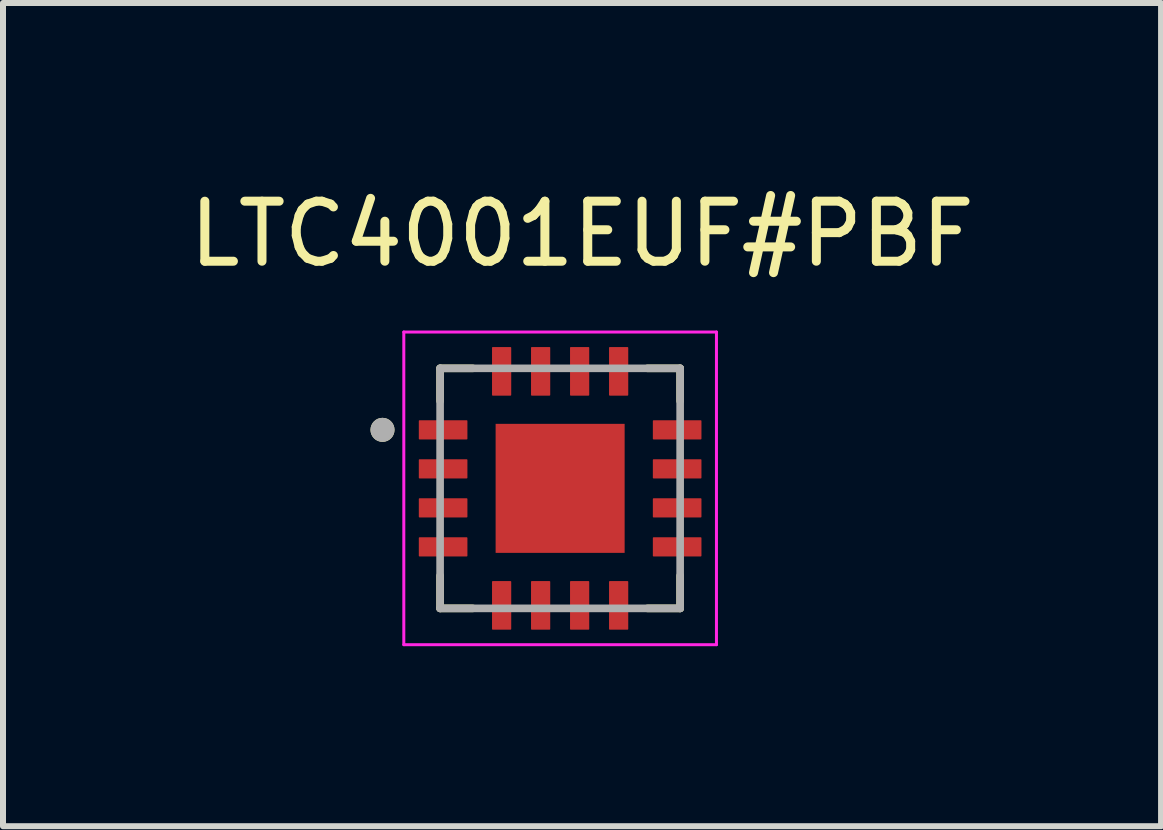
<source format=kicad_pcb>
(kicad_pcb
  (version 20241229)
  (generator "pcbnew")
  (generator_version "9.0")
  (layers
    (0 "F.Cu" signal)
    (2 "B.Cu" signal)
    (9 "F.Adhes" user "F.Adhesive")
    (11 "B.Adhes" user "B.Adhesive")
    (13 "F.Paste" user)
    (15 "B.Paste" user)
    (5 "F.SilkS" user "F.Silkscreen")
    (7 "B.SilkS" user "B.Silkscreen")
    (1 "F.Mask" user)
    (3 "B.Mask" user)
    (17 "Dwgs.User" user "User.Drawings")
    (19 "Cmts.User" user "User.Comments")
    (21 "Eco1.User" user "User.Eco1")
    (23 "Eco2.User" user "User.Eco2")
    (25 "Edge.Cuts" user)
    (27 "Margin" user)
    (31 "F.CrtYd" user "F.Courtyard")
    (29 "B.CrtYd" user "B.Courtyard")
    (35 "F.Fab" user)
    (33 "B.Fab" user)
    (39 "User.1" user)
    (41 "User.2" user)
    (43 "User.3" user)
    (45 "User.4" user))
  (footprint "LTC4001EUF#PBF"
    (layer "F.Cu")
    (at 6.284 5.088)
    (property "Reference" "LTC4001EUF#PBF" (at 0.365 -4.24 0) (layer "F.SilkS") (effects (font (size 1 1) (thickness 0.15))))
    (attr smd)
    (fp_line (start -2 -2) (end -2 -1.455) (stroke (width 0.127) (type solid)) (layer "F.SilkS"))
    (fp_line (start -2 -2) (end -1.455 -2) (stroke (width 0.127) (type solid)) (layer "F.SilkS"))
    (fp_line (start -2 2) (end -2 1.455) (stroke (width 0.127) (type solid)) (layer "F.SilkS"))
    (fp_line (start -2 2) (end -1.455 2) (stroke (width 0.127) (type solid)) (layer "F.SilkS"))
    (fp_line (start 2 -2) (end 1.455 -2) (stroke (width 0.127) (type solid)) (layer "F.SilkS"))
    (fp_line (start 2 -2) (end 2 -1.455) (stroke (width 0.127) (type solid)) (layer "F.SilkS"))
    (fp_line (start 2 2) (end 1.455 2) (stroke (width 0.127) (type solid)) (layer "F.SilkS"))
    (fp_line (start 2 2) (end 2 1.455) (stroke (width 0.127) (type solid)) (layer "F.SilkS"))
    (fp_circle (center -2.96 -0.975) (end -2.86 -0.975) (stroke (width 0.2) (type solid)) (fill no) (layer "F.SilkS"))
    (fp_poly (pts (xy -0.68 -0.68) (xy 0.68 -0.68) (xy 0.68 0.68) (xy -0.68 0.68)) (stroke (width 0.01) (type solid)) (fill yes) (layer "F.Paste"))
    (fp_line (start -2.605 -2.605) (end 2.605 -2.605) (stroke (width 0.05) (type solid)) (layer "F.CrtYd"))
    (fp_line (start -2.605 2.605) (end -2.605 -2.605) (stroke (width 0.05) (type solid)) (layer "F.CrtYd"))
    (fp_line (start -2.605 2.605) (end 2.605 2.605) (stroke (width 0.05) (type solid)) (layer "F.CrtYd"))
    (fp_line (start 2.605 2.605) (end 2.605 -2.605) (stroke (width 0.05) (type solid)) (layer "F.CrtYd"))
    (fp_line (start -2 2) (end -2 -2) (stroke (width 0.127) (type solid)) (layer "F.Fab"))
    (fp_line (start 2 -2) (end -2 -2) (stroke (width 0.127) (type solid)) (layer "F.Fab"))
    (fp_line (start 2 2) (end -2 2) (stroke (width 0.127) (type solid)) (layer "F.Fab"))
    (fp_line (start 2 2) (end 2 -2) (stroke (width 0.127) (type solid)) (layer "F.Fab"))
    (fp_circle (center -2.96 -0.975) (end -2.86 -0.975) (stroke (width 0.2) (type solid)) (fill no) (layer "F.Fab"))
    (pad "1" smd roundrect (at -1.95 -0.975) (size 0.81 0.32) (layers "F.Cu" "F.Mask" "F.Paste") (roundrect_rratio 0.04))
    (pad "2" smd roundrect (at -1.95 -0.325) (size 0.81 0.32) (layers "F.Cu" "F.Mask" "F.Paste") (roundrect_rratio 0.04))
    (pad "3" smd roundrect (at -1.95 0.325) (size 0.81 0.32) (layers "F.Cu" "F.Mask" "F.Paste") (roundrect_rratio 0.04))
    (pad "4" smd roundrect (at -1.95 0.975) (size 0.81 0.32) (layers "F.Cu" "F.Mask" "F.Paste") (roundrect_rratio 0.04))
    (pad "5" smd roundrect (at -0.975 1.95 90) (size 0.81 0.32) (layers "F.Cu" "F.Mask" "F.Paste") (roundrect_rratio 0.04))
    (pad "6" smd roundrect (at -0.325 1.95 90) (size 0.81 0.32) (layers "F.Cu" "F.Mask" "F.Paste") (roundrect_rratio 0.04))
    (pad "7" smd roundrect (at 0.325 1.95 90) (size 0.81 0.32) (layers "F.Cu" "F.Mask" "F.Paste") (roundrect_rratio 0.04))
    (pad "8" smd roundrect (at 0.975 1.95 90) (size 0.81 0.32) (layers "F.Cu" "F.Mask" "F.Paste") (roundrect_rratio 0.04))
    (pad "9" smd roundrect (at 1.95 0.975) (size 0.81 0.32) (layers "F.Cu" "F.Mask" "F.Paste") (roundrect_rratio 0.04))
    (pad "10" smd roundrect (at 1.95 0.325) (size 0.81 0.32) (layers "F.Cu" "F.Mask" "F.Paste") (roundrect_rratio 0.04))
    (pad "11" smd roundrect (at 1.95 -0.325) (size 0.81 0.32) (layers "F.Cu" "F.Mask" "F.Paste") (roundrect_rratio 0.04))
    (pad "12" smd roundrect (at 1.95 -0.975) (size 0.81 0.32) (layers "F.Cu" "F.Mask" "F.Paste") (roundrect_rratio 0.04))
    (pad "13" smd roundrect (at 0.975 -1.95 90) (size 0.81 0.32) (layers "F.Cu" "F.Mask" "F.Paste") (roundrect_rratio 0.04))
    (pad "14" smd roundrect (at 0.325 -1.95 90) (size 0.81 0.32) (layers "F.Cu" "F.Mask" "F.Paste") (roundrect_rratio 0.04))
    (pad "15" smd roundrect (at -0.325 -1.95 90) (size 0.81 0.32) (layers "F.Cu" "F.Mask" "F.Paste") (roundrect_rratio 0.04))
    (pad "16" smd roundrect (at -0.975 -1.95 90) (size 0.81 0.32) (layers "F.Cu" "F.Mask" "F.Paste") (roundrect_rratio 0.04))
    (pad "17" smd rect (at 0 0) (size 2.15 2.15) (layers "F.Cu" "F.Mask")))
  (gr_rect
    (start -3 -3)
    (end 16.298 10.718)
    (stroke (width 0.1) (type default))
    (fill no)
    (layer "Edge.Cuts")))
</source>
